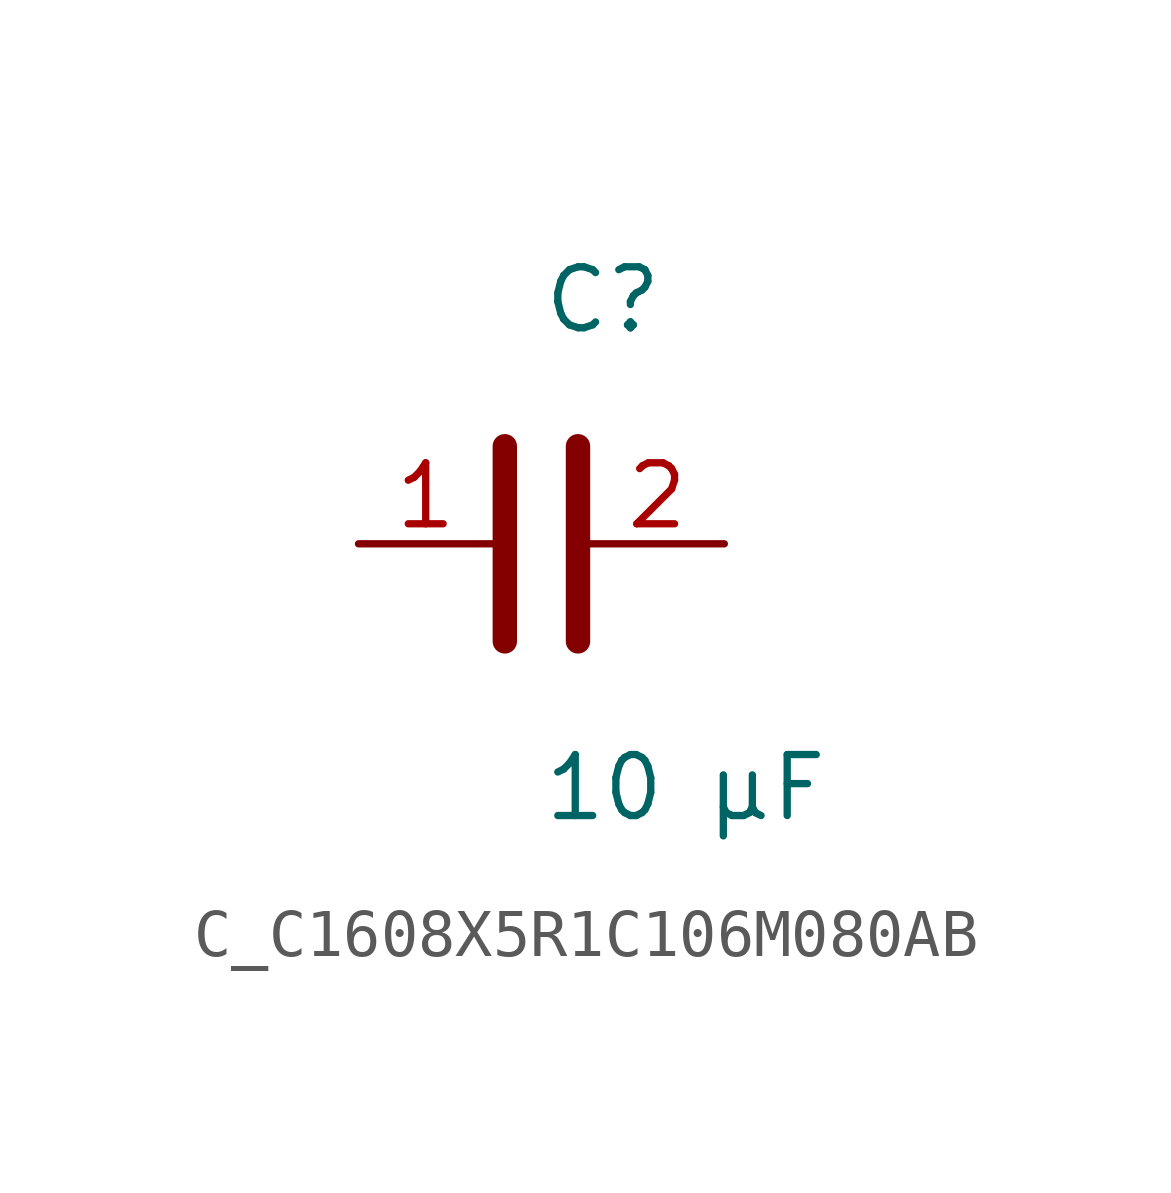
<source format=kicad_sym>
(kicad_symbol_lib
  (version 20231120)
  (generator kicad_symbol_editor)
  (generator_version 8.0)
  (symbol "C_C1608X5R1C106M080AB"
    (pin_names
      (offset 0.254))
    (property "Reference" "C"
      (at 0.0 5.08 0)
      (effects (font (size 1.27 1.27)) (justify left)))
    (property "Value" "10 µF"
      (at 0.0 -5.08 0)
      (effects (font (size 1.27 1.27)) (justify left)))
    (symbol "C_C1608X5R1C106M080AB_0_1"
      (polyline (pts (xy -0.762 -2.032) (xy -0.762 2.032)) (stroke (width 0.508) (type default)) (fill (type none)))
      (polyline (pts (xy 0.762 -2.032) (xy 0.762 2.032)) (stroke (width 0.508) (type default)) (fill (type none))))
    (pin unspecified line
      (at -3.81 0 0)
      (length 2.8)
      (name "" (effects (font (size 1.27 1.27))))
      (number "1" (effects (font (size 1.27 1.27)))))
    (pin unspecified line
      (at 3.81 0 180)
      (length 2.8)
      (name "" (effects (font (size 1.27 1.27))))
      (number "2" (effects (font (size 1.27 1.27)))))))
</source>
